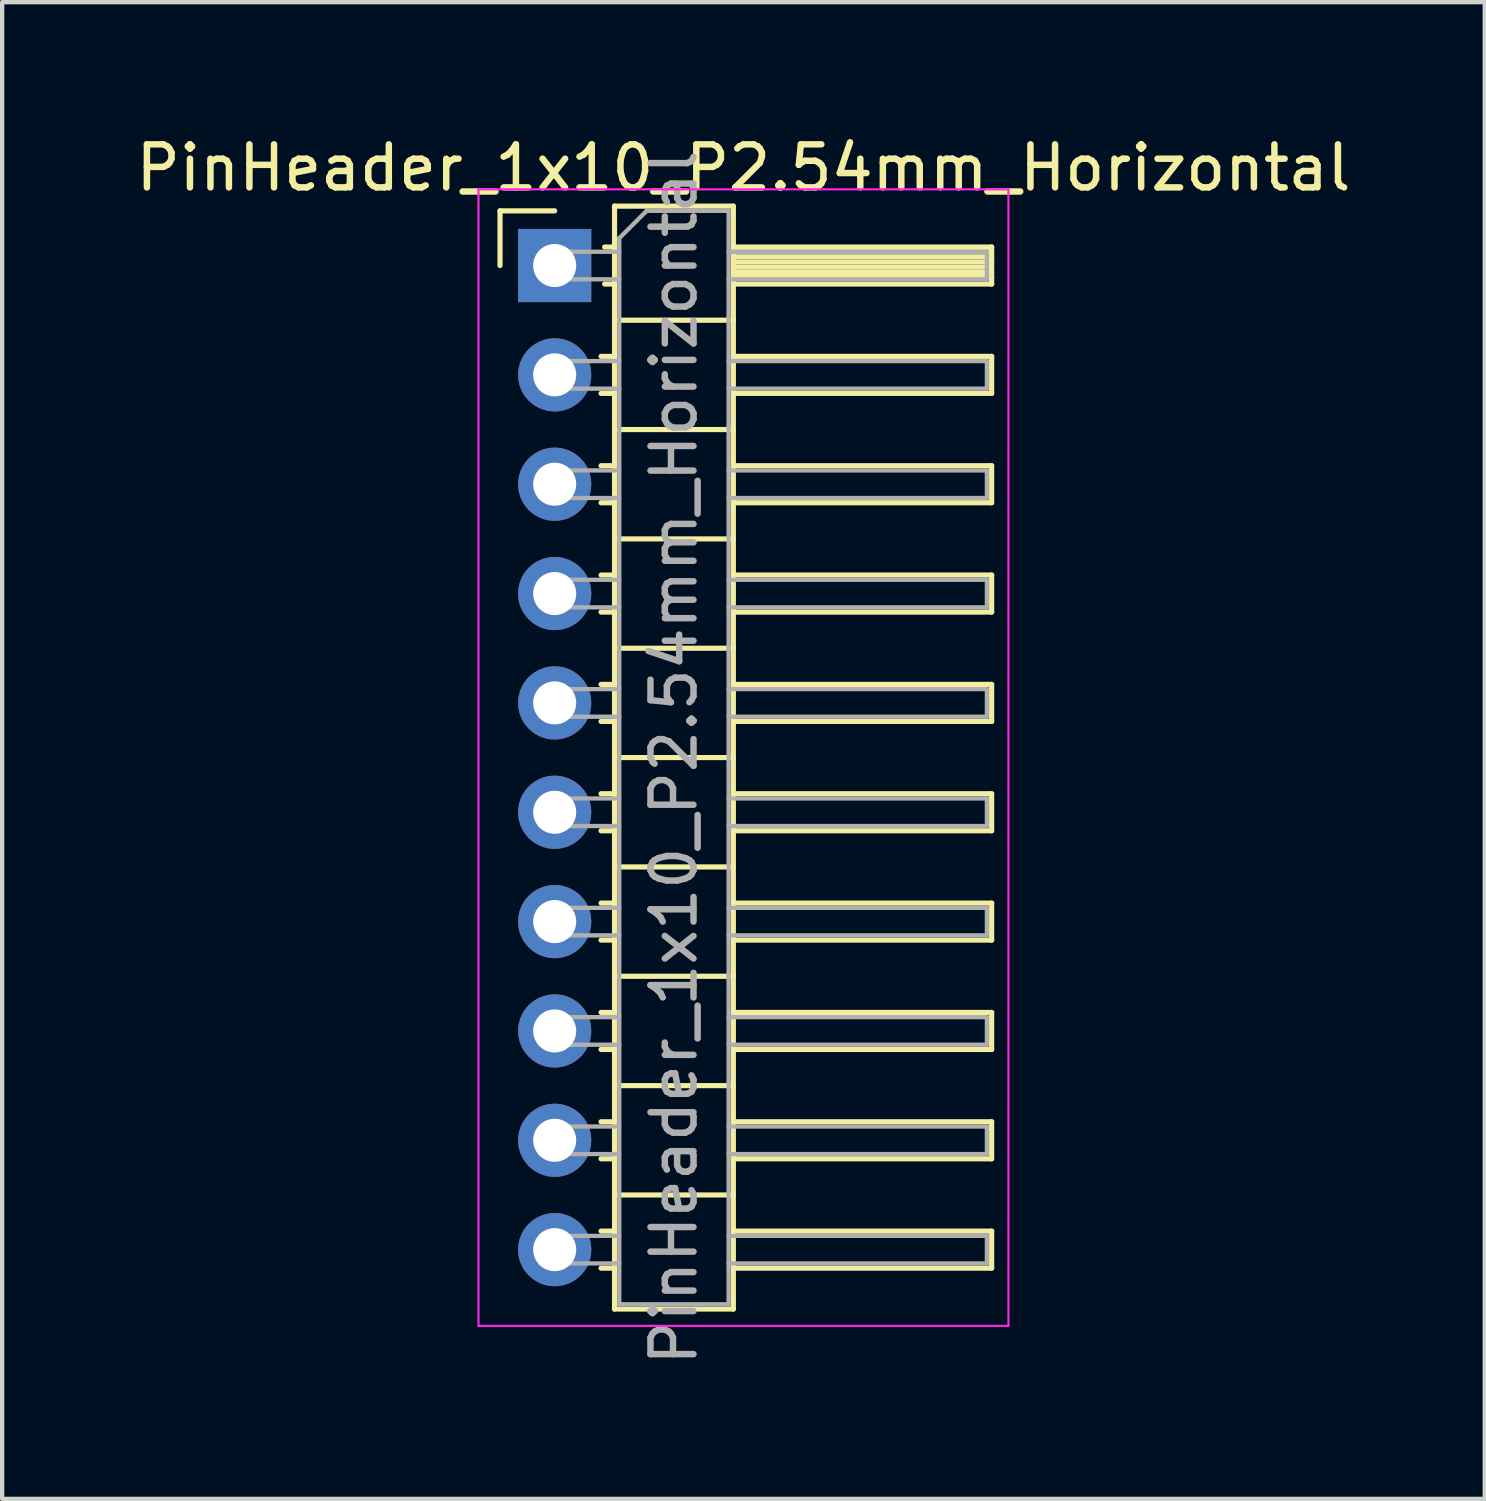
<source format=kicad_pcb>
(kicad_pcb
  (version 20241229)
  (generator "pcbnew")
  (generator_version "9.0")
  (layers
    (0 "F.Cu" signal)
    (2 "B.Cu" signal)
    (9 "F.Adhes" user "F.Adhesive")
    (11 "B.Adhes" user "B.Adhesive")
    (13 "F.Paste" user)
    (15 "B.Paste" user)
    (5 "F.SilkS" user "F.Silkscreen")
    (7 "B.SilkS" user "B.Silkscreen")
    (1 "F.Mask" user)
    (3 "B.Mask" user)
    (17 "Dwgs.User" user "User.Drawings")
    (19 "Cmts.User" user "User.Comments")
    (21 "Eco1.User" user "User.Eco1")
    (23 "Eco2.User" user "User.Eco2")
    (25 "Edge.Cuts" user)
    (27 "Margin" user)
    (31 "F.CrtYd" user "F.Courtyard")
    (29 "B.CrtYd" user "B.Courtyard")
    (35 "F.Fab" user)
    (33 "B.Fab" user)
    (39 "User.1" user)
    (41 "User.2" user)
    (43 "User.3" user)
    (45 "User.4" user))
  (footprint "PinHeader_1x10_P2.54mm_Horizontal"
    (layer "F.Cu")
    (at 9.835 3.118)
    (property "Reference" "PinHeader_1x10_P2.54mm_Horizontal" (at 4.385 -2.27 0) (layer "F.SilkS") (effects (font (size 1 1) (thickness 0.15))))
    (attr through_hole)
    (fp_line (start -1.27 -1.27) (end 0 -1.27) (stroke (width 0.12) (type solid)) (layer "F.SilkS"))
    (fp_line (start -1.27 0) (end -1.27 -1.27) (stroke (width 0.12) (type solid)) (layer "F.SilkS"))
    (fp_line (start 1.077 2.11) (end 1.39 2.11) (stroke (width 0.12) (type solid)) (layer "F.SilkS"))
    (fp_line (start 1.077 2.97) (end 1.39 2.97) (stroke (width 0.12) (type solid)) (layer "F.SilkS"))
    (fp_line (start 1.077 4.65) (end 1.39 4.65) (stroke (width 0.12) (type solid)) (layer "F.SilkS"))
    (fp_line (start 1.077 5.51) (end 1.39 5.51) (stroke (width 0.12) (type solid)) (layer "F.SilkS"))
    (fp_line (start 1.077 7.19) (end 1.39 7.19) (stroke (width 0.12) (type solid)) (layer "F.SilkS"))
    (fp_line (start 1.077 8.05) (end 1.39 8.05) (stroke (width 0.12) (type solid)) (layer "F.SilkS"))
    (fp_line (start 1.077 9.73) (end 1.39 9.73) (stroke (width 0.12) (type solid)) (layer "F.SilkS"))
    (fp_line (start 1.077 10.59) (end 1.39 10.59) (stroke (width 0.12) (type solid)) (layer "F.SilkS"))
    (fp_line (start 1.077 12.27) (end 1.39 12.27) (stroke (width 0.12) (type solid)) (layer "F.SilkS"))
    (fp_line (start 1.077 13.13) (end 1.39 13.13) (stroke (width 0.12) (type solid)) (layer "F.SilkS"))
    (fp_line (start 1.077 14.81) (end 1.39 14.81) (stroke (width 0.12) (type solid)) (layer "F.SilkS"))
    (fp_line (start 1.077 15.67) (end 1.39 15.67) (stroke (width 0.12) (type solid)) (layer "F.SilkS"))
    (fp_line (start 1.077 17.35) (end 1.39 17.35) (stroke (width 0.12) (type solid)) (layer "F.SilkS"))
    (fp_line (start 1.077 18.21) (end 1.39 18.21) (stroke (width 0.12) (type solid)) (layer "F.SilkS"))
    (fp_line (start 1.077 19.89) (end 1.39 19.89) (stroke (width 0.12) (type solid)) (layer "F.SilkS"))
    (fp_line (start 1.077 20.75) (end 1.39 20.75) (stroke (width 0.12) (type solid)) (layer "F.SilkS"))
    (fp_line (start 1.077 22.43) (end 1.39 22.43) (stroke (width 0.12) (type solid)) (layer "F.SilkS"))
    (fp_line (start 1.077 23.29) (end 1.39 23.29) (stroke (width 0.12) (type solid)) (layer "F.SilkS"))
    (fp_line (start 1.16 -0.43) (end 1.39 -0.43) (stroke (width 0.12) (type solid)) (layer "F.SilkS"))
    (fp_line (start 1.16 0.43) (end 1.39 0.43) (stroke (width 0.12) (type solid)) (layer "F.SilkS"))
    (fp_line (start 1.39 -1.38) (end 1.39 24.24) (stroke (width 0.12) (type solid)) (layer "F.SilkS"))
    (fp_line (start 1.39 1.27) (end 4.15 1.27) (stroke (width 0.12) (type solid)) (layer "F.SilkS"))
    (fp_line (start 1.39 3.81) (end 4.15 3.81) (stroke (width 0.12) (type solid)) (layer "F.SilkS"))
    (fp_line (start 1.39 6.35) (end 4.15 6.35) (stroke (width 0.12) (type solid)) (layer "F.SilkS"))
    (fp_line (start 1.39 8.89) (end 4.15 8.89) (stroke (width 0.12) (type solid)) (layer "F.SilkS"))
    (fp_line (start 1.39 11.43) (end 4.15 11.43) (stroke (width 0.12) (type solid)) (layer "F.SilkS"))
    (fp_line (start 1.39 13.97) (end 4.15 13.97) (stroke (width 0.12) (type solid)) (layer "F.SilkS"))
    (fp_line (start 1.39 16.51) (end 4.15 16.51) (stroke (width 0.12) (type solid)) (layer "F.SilkS"))
    (fp_line (start 1.39 19.05) (end 4.15 19.05) (stroke (width 0.12) (type solid)) (layer "F.SilkS"))
    (fp_line (start 1.39 21.59) (end 4.15 21.59) (stroke (width 0.12) (type solid)) (layer "F.SilkS"))
    (fp_line (start 1.39 24.24) (end 4.15 24.24) (stroke (width 0.12) (type solid)) (layer "F.SilkS"))
    (fp_line (start 4.15 -1.38) (end 1.39 -1.38) (stroke (width 0.12) (type solid)) (layer "F.SilkS"))
    (fp_line (start 4.15 -0.43) (end 10.15 -0.43) (stroke (width 0.12) (type solid)) (layer "F.SilkS"))
    (fp_line (start 4.15 -0.32) (end 10.15 -0.32) (stroke (width 0.12) (type solid)) (layer "F.SilkS"))
    (fp_line (start 4.15 -0.2) (end 10.15 -0.2) (stroke (width 0.12) (type solid)) (layer "F.SilkS"))
    (fp_line (start 4.15 -0.08) (end 10.15 -0.08) (stroke (width 0.12) (type solid)) (layer "F.SilkS"))
    (fp_line (start 4.15 0.04) (end 10.15 0.04) (stroke (width 0.12) (type solid)) (layer "F.SilkS"))
    (fp_line (start 4.15 0.16) (end 10.15 0.16) (stroke (width 0.12) (type solid)) (layer "F.SilkS"))
    (fp_line (start 4.15 0.28) (end 10.15 0.28) (stroke (width 0.12) (type solid)) (layer "F.SilkS"))
    (fp_line (start 4.15 2.11) (end 10.15 2.11) (stroke (width 0.12) (type solid)) (layer "F.SilkS"))
    (fp_line (start 4.15 4.65) (end 10.15 4.65) (stroke (width 0.12) (type solid)) (layer "F.SilkS"))
    (fp_line (start 4.15 7.19) (end 10.15 7.19) (stroke (width 0.12) (type solid)) (layer "F.SilkS"))
    (fp_line (start 4.15 9.73) (end 10.15 9.73) (stroke (width 0.12) (type solid)) (layer "F.SilkS"))
    (fp_line (start 4.15 12.27) (end 10.15 12.27) (stroke (width 0.12) (type solid)) (layer "F.SilkS"))
    (fp_line (start 4.15 14.81) (end 10.15 14.81) (stroke (width 0.12) (type solid)) (layer "F.SilkS"))
    (fp_line (start 4.15 17.35) (end 10.15 17.35) (stroke (width 0.12) (type solid)) (layer "F.SilkS"))
    (fp_line (start 4.15 19.89) (end 10.15 19.89) (stroke (width 0.12) (type solid)) (layer "F.SilkS"))
    (fp_line (start 4.15 22.43) (end 10.15 22.43) (stroke (width 0.12) (type solid)) (layer "F.SilkS"))
    (fp_line (start 4.15 24.24) (end 4.15 -1.38) (stroke (width 0.12) (type solid)) (layer "F.SilkS"))
    (fp_line (start 10.15 -0.43) (end 10.15 0.43) (stroke (width 0.12) (type solid)) (layer "F.SilkS"))
    (fp_line (start 10.15 0.43) (end 4.15 0.43) (stroke (width 0.12) (type solid)) (layer "F.SilkS"))
    (fp_line (start 10.15 2.11) (end 10.15 2.97) (stroke (width 0.12) (type solid)) (layer "F.SilkS"))
    (fp_line (start 10.15 2.97) (end 4.15 2.97) (stroke (width 0.12) (type solid)) (layer "F.SilkS"))
    (fp_line (start 10.15 4.65) (end 10.15 5.51) (stroke (width 0.12) (type solid)) (layer "F.SilkS"))
    (fp_line (start 10.15 5.51) (end 4.15 5.51) (stroke (width 0.12) (type solid)) (layer "F.SilkS"))
    (fp_line (start 10.15 7.19) (end 10.15 8.05) (stroke (width 0.12) (type solid)) (layer "F.SilkS"))
    (fp_line (start 10.15 8.05) (end 4.15 8.05) (stroke (width 0.12) (type solid)) (layer "F.SilkS"))
    (fp_line (start 10.15 9.73) (end 10.15 10.59) (stroke (width 0.12) (type solid)) (layer "F.SilkS"))
    (fp_line (start 10.15 10.59) (end 4.15 10.59) (stroke (width 0.12) (type solid)) (layer "F.SilkS"))
    (fp_line (start 10.15 12.27) (end 10.15 13.13) (stroke (width 0.12) (type solid)) (layer "F.SilkS"))
    (fp_line (start 10.15 13.13) (end 4.15 13.13) (stroke (width 0.12) (type solid)) (layer "F.SilkS"))
    (fp_line (start 10.15 14.81) (end 10.15 15.67) (stroke (width 0.12) (type solid)) (layer "F.SilkS"))
    (fp_line (start 10.15 15.67) (end 4.15 15.67) (stroke (width 0.12) (type solid)) (layer "F.SilkS"))
    (fp_line (start 10.15 17.35) (end 10.15 18.21) (stroke (width 0.12) (type solid)) (layer "F.SilkS"))
    (fp_line (start 10.15 18.21) (end 4.15 18.21) (stroke (width 0.12) (type solid)) (layer "F.SilkS"))
    (fp_line (start 10.15 19.89) (end 10.15 20.75) (stroke (width 0.12) (type solid)) (layer "F.SilkS"))
    (fp_line (start 10.15 20.75) (end 4.15 20.75) (stroke (width 0.12) (type solid)) (layer "F.SilkS"))
    (fp_line (start 10.15 22.43) (end 10.15 23.29) (stroke (width 0.12) (type solid)) (layer "F.SilkS"))
    (fp_line (start 10.15 23.29) (end 4.15 23.29) (stroke (width 0.12) (type solid)) (layer "F.SilkS"))
    (fp_line (start -1.77 -1.77) (end -1.77 24.63) (stroke (width 0.05) (type solid)) (layer "F.CrtYd"))
    (fp_line (start -1.77 24.63) (end 10.54 24.63) (stroke (width 0.05) (type solid)) (layer "F.CrtYd"))
    (fp_line (start 10.54 -1.77) (end -1.77 -1.77) (stroke (width 0.05) (type solid)) (layer "F.CrtYd"))
    (fp_line (start 10.54 24.63) (end 10.54 -1.77) (stroke (width 0.05) (type solid)) (layer "F.CrtYd"))
    (fp_line (start -0.32 -0.32) (end -0.32 0.32) (stroke (width 0.1) (type solid)) (layer "F.Fab"))
    (fp_line (start -0.32 -0.32) (end 1.5 -0.32) (stroke (width 0.1) (type solid)) (layer "F.Fab"))
    (fp_line (start -0.32 0.32) (end 1.5 0.32) (stroke (width 0.1) (type solid)) (layer "F.Fab"))
    (fp_line (start -0.32 2.22) (end -0.32 2.86) (stroke (width 0.1) (type solid)) (layer "F.Fab"))
    (fp_line (start -0.32 2.22) (end 1.5 2.22) (stroke (width 0.1) (type solid)) (layer "F.Fab"))
    (fp_line (start -0.32 2.86) (end 1.5 2.86) (stroke (width 0.1) (type solid)) (layer "F.Fab"))
    (fp_line (start -0.32 4.76) (end -0.32 5.4) (stroke (width 0.1) (type solid)) (layer "F.Fab"))
    (fp_line (start -0.32 4.76) (end 1.5 4.76) (stroke (width 0.1) (type solid)) (layer "F.Fab"))
    (fp_line (start -0.32 5.4) (end 1.5 5.4) (stroke (width 0.1) (type solid)) (layer "F.Fab"))
    (fp_line (start -0.32 7.3) (end -0.32 7.94) (stroke (width 0.1) (type solid)) (layer "F.Fab"))
    (fp_line (start -0.32 7.3) (end 1.5 7.3) (stroke (width 0.1) (type solid)) (layer "F.Fab"))
    (fp_line (start -0.32 7.94) (end 1.5 7.94) (stroke (width 0.1) (type solid)) (layer "F.Fab"))
    (fp_line (start -0.32 9.84) (end -0.32 10.48) (stroke (width 0.1) (type solid)) (layer "F.Fab"))
    (fp_line (start -0.32 9.84) (end 1.5 9.84) (stroke (width 0.1) (type solid)) (layer "F.Fab"))
    (fp_line (start -0.32 10.48) (end 1.5 10.48) (stroke (width 0.1) (type solid)) (layer "F.Fab"))
    (fp_line (start -0.32 12.38) (end -0.32 13.02) (stroke (width 0.1) (type solid)) (layer "F.Fab"))
    (fp_line (start -0.32 12.38) (end 1.5 12.38) (stroke (width 0.1) (type solid)) (layer "F.Fab"))
    (fp_line (start -0.32 13.02) (end 1.5 13.02) (stroke (width 0.1) (type solid)) (layer "F.Fab"))
    (fp_line (start -0.32 14.92) (end -0.32 15.56) (stroke (width 0.1) (type solid)) (layer "F.Fab"))
    (fp_line (start -0.32 14.92) (end 1.5 14.92) (stroke (width 0.1) (type solid)) (layer "F.Fab"))
    (fp_line (start -0.32 15.56) (end 1.5 15.56) (stroke (width 0.1) (type solid)) (layer "F.Fab"))
    (fp_line (start -0.32 17.46) (end -0.32 18.1) (stroke (width 0.1) (type solid)) (layer "F.Fab"))
    (fp_line (start -0.32 17.46) (end 1.5 17.46) (stroke (width 0.1) (type solid)) (layer "F.Fab"))
    (fp_line (start -0.32 18.1) (end 1.5 18.1) (stroke (width 0.1) (type solid)) (layer "F.Fab"))
    (fp_line (start -0.32 20) (end -0.32 20.64) (stroke (width 0.1) (type solid)) (layer "F.Fab"))
    (fp_line (start -0.32 20) (end 1.5 20) (stroke (width 0.1) (type solid)) (layer "F.Fab"))
    (fp_line (start -0.32 20.64) (end 1.5 20.64) (stroke (width 0.1) (type solid)) (layer "F.Fab"))
    (fp_line (start -0.32 22.54) (end -0.32 23.18) (stroke (width 0.1) (type solid)) (layer "F.Fab"))
    (fp_line (start -0.32 22.54) (end 1.5 22.54) (stroke (width 0.1) (type solid)) (layer "F.Fab"))
    (fp_line (start -0.32 23.18) (end 1.5 23.18) (stroke (width 0.1) (type solid)) (layer "F.Fab"))
    (fp_line (start 1.5 -0.635) (end 2.135 -1.27) (stroke (width 0.1) (type solid)) (layer "F.Fab"))
    (fp_line (start 1.5 24.13) (end 1.5 -0.635) (stroke (width 0.1) (type solid)) (layer "F.Fab"))
    (fp_line (start 2.135 -1.27) (end 4.04 -1.27) (stroke (width 0.1) (type solid)) (layer "F.Fab"))
    (fp_line (start 4.04 -1.27) (end 4.04 24.13) (stroke (width 0.1) (type solid)) (layer "F.Fab"))
    (fp_line (start 4.04 -0.32) (end 10.04 -0.32) (stroke (width 0.1) (type solid)) (layer "F.Fab"))
    (fp_line (start 4.04 0.32) (end 10.04 0.32) (stroke (width 0.1) (type solid)) (layer "F.Fab"))
    (fp_line (start 4.04 2.22) (end 10.04 2.22) (stroke (width 0.1) (type solid)) (layer "F.Fab"))
    (fp_line (start 4.04 2.86) (end 10.04 2.86) (stroke (width 0.1) (type solid)) (layer "F.Fab"))
    (fp_line (start 4.04 4.76) (end 10.04 4.76) (stroke (width 0.1) (type solid)) (layer "F.Fab"))
    (fp_line (start 4.04 5.4) (end 10.04 5.4) (stroke (width 0.1) (type solid)) (layer "F.Fab"))
    (fp_line (start 4.04 7.3) (end 10.04 7.3) (stroke (width 0.1) (type solid)) (layer "F.Fab"))
    (fp_line (start 4.04 7.94) (end 10.04 7.94) (stroke (width 0.1) (type solid)) (layer "F.Fab"))
    (fp_line (start 4.04 9.84) (end 10.04 9.84) (stroke (width 0.1) (type solid)) (layer "F.Fab"))
    (fp_line (start 4.04 10.48) (end 10.04 10.48) (stroke (width 0.1) (type solid)) (layer "F.Fab"))
    (fp_line (start 4.04 12.38) (end 10.04 12.38) (stroke (width 0.1) (type solid)) (layer "F.Fab"))
    (fp_line (start 4.04 13.02) (end 10.04 13.02) (stroke (width 0.1) (type solid)) (layer "F.Fab"))
    (fp_line (start 4.04 14.92) (end 10.04 14.92) (stroke (width 0.1) (type solid)) (layer "F.Fab"))
    (fp_line (start 4.04 15.56) (end 10.04 15.56) (stroke (width 0.1) (type solid)) (layer "F.Fab"))
    (fp_line (start 4.04 17.46) (end 10.04 17.46) (stroke (width 0.1) (type solid)) (layer "F.Fab"))
    (fp_line (start 4.04 18.1) (end 10.04 18.1) (stroke (width 0.1) (type solid)) (layer "F.Fab"))
    (fp_line (start 4.04 20) (end 10.04 20) (stroke (width 0.1) (type solid)) (layer "F.Fab"))
    (fp_line (start 4.04 20.64) (end 10.04 20.64) (stroke (width 0.1) (type solid)) (layer "F.Fab"))
    (fp_line (start 4.04 22.54) (end 10.04 22.54) (stroke (width 0.1) (type solid)) (layer "F.Fab"))
    (fp_line (start 4.04 23.18) (end 10.04 23.18) (stroke (width 0.1) (type solid)) (layer "F.Fab"))
    (fp_line (start 4.04 24.13) (end 1.5 24.13) (stroke (width 0.1) (type solid)) (layer "F.Fab"))
    (fp_line (start 10.04 -0.32) (end 10.04 0.32) (stroke (width 0.1) (type solid)) (layer "F.Fab"))
    (fp_line (start 10.04 2.22) (end 10.04 2.86) (stroke (width 0.1) (type solid)) (layer "F.Fab"))
    (fp_line (start 10.04 4.76) (end 10.04 5.4) (stroke (width 0.1) (type solid)) (layer "F.Fab"))
    (fp_line (start 10.04 7.3) (end 10.04 7.94) (stroke (width 0.1) (type solid)) (layer "F.Fab"))
    (fp_line (start 10.04 9.84) (end 10.04 10.48) (stroke (width 0.1) (type solid)) (layer "F.Fab"))
    (fp_line (start 10.04 12.38) (end 10.04 13.02) (stroke (width 0.1) (type solid)) (layer "F.Fab"))
    (fp_line (start 10.04 14.92) (end 10.04 15.56) (stroke (width 0.1) (type solid)) (layer "F.Fab"))
    (fp_line (start 10.04 17.46) (end 10.04 18.1) (stroke (width 0.1) (type solid)) (layer "F.Fab"))
    (fp_line (start 10.04 20) (end 10.04 20.64) (stroke (width 0.1) (type solid)) (layer "F.Fab"))
    (fp_line (start 10.04 22.54) (end 10.04 23.18) (stroke (width 0.1) (type solid)) (layer "F.Fab"))
    (fp_text user "${REFERENCE}" (at 2.77 11.43 90) (layer "F.Fab") (effects (font (size 1 1) (thickness 0.15))))
    (pad "1" thru_hole rect (at 0 0) (size 1.7 1.7) (drill 1) (layers "*.Cu" "*.Mask"))
    (pad "2" thru_hole circle (at 0 2.54) (size 1.7 1.7) (drill 1) (layers "*.Cu" "*.Mask"))
    (pad "3" thru_hole circle (at 0 5.08) (size 1.7 1.7) (drill 1) (layers "*.Cu" "*.Mask"))
    (pad "4" thru_hole circle (at 0 7.62) (size 1.7 1.7) (drill 1) (layers "*.Cu" "*.Mask"))
    (pad "5" thru_hole circle (at 0 10.16) (size 1.7 1.7) (drill 1) (layers "*.Cu" "*.Mask"))
    (pad "6" thru_hole circle (at 0 12.7) (size 1.7 1.7) (drill 1) (layers "*.Cu" "*.Mask"))
    (pad "7" thru_hole circle (at 0 15.24) (size 1.7 1.7) (drill 1) (layers "*.Cu" "*.Mask"))
    (pad "8" thru_hole circle (at 0 17.78) (size 1.7 1.7) (drill 1) (layers "*.Cu" "*.Mask"))
    (pad "9" thru_hole circle (at 0 20.32) (size 1.7 1.7) (drill 1) (layers "*.Cu" "*.Mask"))
    (pad "10" thru_hole circle (at 0 22.86) (size 1.7 1.7) (drill 1) (layers "*.Cu" "*.Mask")))
  (gr_rect
    (start -3 -3)
    (end 31.44 31.768)
    (stroke (width 0.1) (type default))
    (fill no)
    (layer "Edge.Cuts")))
</source>
